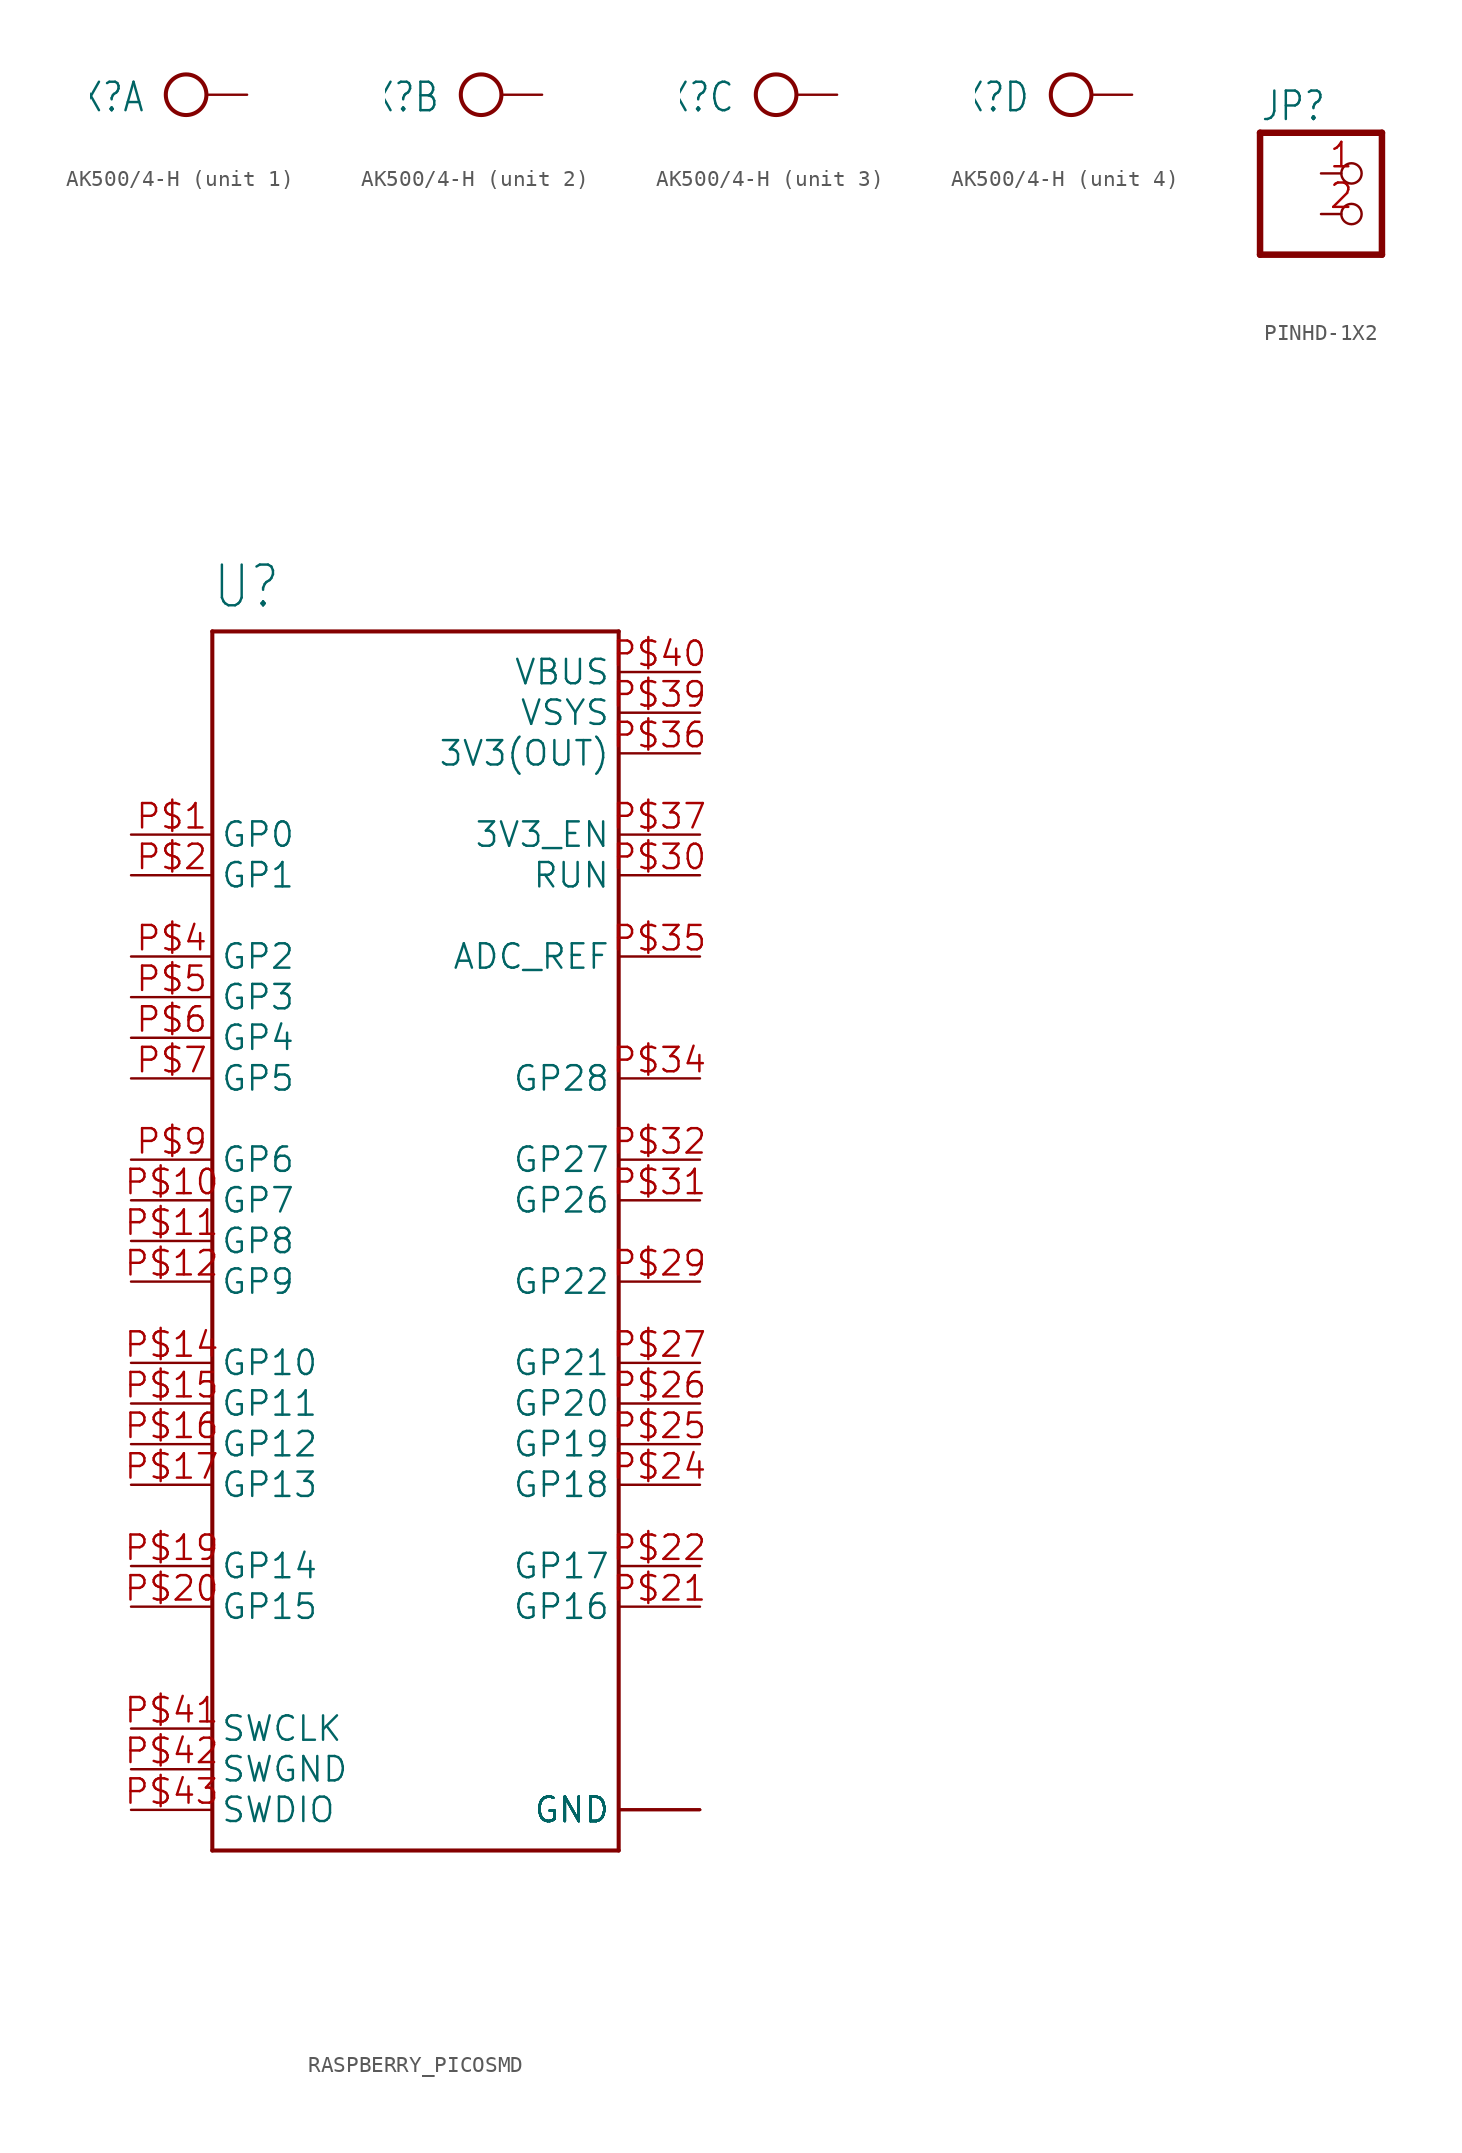
<source format=kicad_sym>
(kicad_symbol_lib
  (version 20241209)
  (generator "kicad_symbol_editor")
  (generator_version "9.0")
  (symbol "AK500/4-H"
    (property "Reference" "X"
      (at -1.27 0.889 0)
      (effects (font (size 1.778 1.511)) (justify right top)))
    (property "Value" ""
      (at -3.81 -3.683 0)
      (effects (font (size 1.778 1.511)) (justify left bottom)))
    (property "ki_locked" ""
      (at 0 0 0)
      (effects (font (size 1.27 1.27))))
    (symbol "AK500/4-H_1_0"
      (circle (center 1.27 0) (radius 1.27) (stroke (width 0.254) (type solid)) (fill (type none)))
      (pin passive line (at 5.08 0 180) (length 2.54) (name "KL" (effects (font (size 0 0)))) (number "1" (effects (font (size 0 0))))))
    (symbol "AK500/4-H_2_0"
      (circle (center 1.27 0) (radius 1.27) (stroke (width 0.254) (type solid)) (fill (type none)))
      (pin passive line (at 5.08 0 180) (length 2.54) (name "KL" (effects (font (size 0 0)))) (number "2" (effects (font (size 0 0))))))
    (symbol "AK500/4-H_3_0"
      (circle (center 1.27 0) (radius 1.27) (stroke (width 0.254) (type solid)) (fill (type none)))
      (pin passive line (at 5.08 0 180) (length 2.54) (name "KL" (effects (font (size 0 0)))) (number "3" (effects (font (size 0 0))))))
    (symbol "AK500/4-H_4_0"
      (circle (center 1.27 0) (radius 1.27) (stroke (width 0.254) (type solid)) (fill (type none)))
      (pin passive line (at 5.08 0 180) (length 2.54) (name "KL" (effects (font (size 0 0)))) (number "4" (effects (font (size 0 0)))))))
  (symbol "PINHD-1X2"
    (property "Reference" "JP"
      (at -6.35 5.715 0)
      (effects (font (size 1.778 1.511)) (justify left bottom)))
    (property "Value" ""
      (at -6.35 -5.08 0)
      (effects (font (size 1.778 1.511)) (justify left bottom)))
    (property "ki_locked" ""
      (at 0 0 0)
      (effects (font (size 1.27 1.27))))
    (symbol "PINHD-1X2_1_0"
      (polyline (pts (xy -6.35 5.08) (xy -6.35 -2.54)) (stroke (width 0.406) (type solid)) (fill (type none)))
      (polyline (pts (xy -6.35 -2.54) (xy 1.27 -2.54)) (stroke (width 0.406) (type solid)) (fill (type none)))
      (polyline (pts (xy 1.27 5.08) (xy -6.35 5.08)) (stroke (width 0.406) (type solid)) (fill (type none)))
      (polyline (pts (xy 1.27 -2.54) (xy 1.27 5.08)) (stroke (width 0.406) (type solid)) (fill (type none)))
      (pin passive inverted (at -2.54 2.54 0) (length 2.54) (name "1" (effects (font (size 0 0)))) (number "1" (effects (font (size 1.524 1.524)))))
      (pin passive inverted (at -2.54 0 0) (length 2.54) (name "2" (effects (font (size 0 0)))) (number "2" (effects (font (size 1.524 1.524)))))))
  (symbol "RASPBERRY_PICOSMD"
    (property "Reference" "U"
      (at -12.716 39.415 0)
      (effects (font (size 2.544 2.162)) (justify left bottom)))
    (property "Value" ""
      (at -12.707 -41.931 0)
      (effects (font (size 2.542 2.16)) (justify left bottom)))
    (property "ki_locked" ""
      (at 0 0 0)
      (effects (font (size 1.27 1.27))))
    (symbol "RASPBERRY_PICOSMD_1_0"
      (polyline (pts (xy -12.7 38.1) (xy 12.7 38.1)) (stroke (width 0.254) (type solid)) (fill (type none)))
      (polyline (pts (xy -12.7 -38.1) (xy -12.7 38.1)) (stroke (width 0.254) (type solid)) (fill (type none)))
      (polyline (pts (xy 12.7 38.1) (xy 12.7 -38.1)) (stroke (width 0.254) (type solid)) (fill (type none)))
      (polyline (pts (xy 12.7 -38.1) (xy -12.7 -38.1)) (stroke (width 0.254) (type solid)) (fill (type none)))
      (pin bidirectional line (at -17.78 25.4 0) (length 5.08) (name "GP0" (effects (font (size 1.524 1.524)))) (number "P$1" (effects (font (size 1.524 1.524)))))
      (pin bidirectional line (at -17.78 22.86 0) (length 5.08) (name "GP1" (effects (font (size 1.524 1.524)))) (number "P$2" (effects (font (size 1.524 1.524)))))
      (pin bidirectional line (at -17.78 17.78 0) (length 5.08) (name "GP2" (effects (font (size 1.524 1.524)))) (number "P$4" (effects (font (size 1.524 1.524)))))
      (pin bidirectional line (at -17.78 15.24 0) (length 5.08) (name "GP3" (effects (font (size 1.524 1.524)))) (number "P$5" (effects (font (size 1.524 1.524)))))
      (pin bidirectional line (at -17.78 12.7 0) (length 5.08) (name "GP4" (effects (font (size 1.524 1.524)))) (number "P$6" (effects (font (size 1.524 1.524)))))
      (pin bidirectional line (at -17.78 10.16 0) (length 5.08) (name "GP5" (effects (font (size 1.524 1.524)))) (number "P$7" (effects (font (size 1.524 1.524)))))
      (pin bidirectional line (at -17.78 5.08 0) (length 5.08) (name "GP6" (effects (font (size 1.524 1.524)))) (number "P$9" (effects (font (size 1.524 1.524)))))
      (pin bidirectional line (at -17.78 2.54 0) (length 5.08) (name "GP7" (effects (font (size 1.524 1.524)))) (number "P$10" (effects (font (size 1.524 1.524)))))
      (pin bidirectional line (at -17.78 0 0) (length 5.08) (name "GP8" (effects (font (size 1.524 1.524)))) (number "P$11" (effects (font (size 1.524 1.524)))))
      (pin bidirectional line (at -17.78 -2.54 0) (length 5.08) (name "GP9" (effects (font (size 1.524 1.524)))) (number "P$12" (effects (font (size 1.524 1.524)))))
      (pin bidirectional line (at -17.78 -7.62 0) (length 5.08) (name "GP10" (effects (font (size 1.524 1.524)))) (number "P$14" (effects (font (size 1.524 1.524)))))
      (pin bidirectional line (at -17.78 -10.16 0) (length 5.08) (name "GP11" (effects (font (size 1.524 1.524)))) (number "P$15" (effects (font (size 1.524 1.524)))))
      (pin bidirectional line (at -17.78 -12.7 0) (length 5.08) (name "GP12" (effects (font (size 1.524 1.524)))) (number "P$16" (effects (font (size 1.524 1.524)))))
      (pin bidirectional line (at -17.78 -15.24 0) (length 5.08) (name "GP13" (effects (font (size 1.524 1.524)))) (number "P$17" (effects (font (size 1.524 1.524)))))
      (pin bidirectional line (at -17.78 -20.32 0) (length 5.08) (name "GP14" (effects (font (size 1.524 1.524)))) (number "P$19" (effects (font (size 1.524 1.524)))))
      (pin bidirectional line (at -17.78 -22.86 0) (length 5.08) (name "GP15" (effects (font (size 1.524 1.524)))) (number "P$20" (effects (font (size 1.524 1.524)))))
      (pin input line (at -17.78 -30.48 0) (length 5.08) (name "SWCLK" (effects (font (size 1.524 1.524)))) (number "P$41" (effects (font (size 1.524 1.524)))))
      (pin power_in line (at -17.78 -33.02 0) (length 5.08) (name "SWGND" (effects (font (size 1.524 1.524)))) (number "P$42" (effects (font (size 1.524 1.524)))))
      (pin bidirectional line (at -17.78 -35.56 0) (length 5.08) (name "SWDIO" (effects (font (size 1.524 1.524)))) (number "P$43" (effects (font (size 1.524 1.524)))))
      (pin power_in line (at 17.78 35.56 180) (length 5.08) (name "VBUS" (effects (font (size 1.524 1.524)))) (number "P$40" (effects (font (size 1.524 1.524)))))
      (pin power_in line (at 17.78 33.02 180) (length 5.08) (name "VSYS" (effects (font (size 1.524 1.524)))) (number "P$39" (effects (font (size 1.524 1.524)))))
      (pin power_in line (at 17.78 30.48 180) (length 5.08) (name "3V3(OUT)" (effects (font (size 1.524 1.524)))) (number "P$36" (effects (font (size 1.524 1.524)))))
      (pin input line (at 17.78 25.4 180) (length 5.08) (name "3V3_EN" (effects (font (size 1.524 1.524)))) (number "P$37" (effects (font (size 1.524 1.524)))))
      (pin input line (at 17.78 22.86 180) (length 5.08) (name "RUN" (effects (font (size 1.524 1.524)))) (number "P$30" (effects (font (size 1.524 1.524)))))
      (pin input line (at 17.78 17.78 180) (length 5.08) (name "ADC_REF" (effects (font (size 1.524 1.524)))) (number "P$35" (effects (font (size 1.524 1.524)))))
      (pin bidirectional line (at 17.78 10.16 180) (length 5.08) (name "GP28" (effects (font (size 1.524 1.524)))) (number "P$34" (effects (font (size 1.524 1.524)))))
      (pin bidirectional line (at 17.78 5.08 180) (length 5.08) (name "GP27" (effects (font (size 1.524 1.524)))) (number "P$32" (effects (font (size 1.524 1.524)))))
      (pin bidirectional line (at 17.78 2.54 180) (length 5.08) (name "GP26" (effects (font (size 1.524 1.524)))) (number "P$31" (effects (font (size 1.524 1.524)))))
      (pin bidirectional line (at 17.78 -2.54 180) (length 5.08) (name "GP22" (effects (font (size 1.524 1.524)))) (number "P$29" (effects (font (size 1.524 1.524)))))
      (pin bidirectional line (at 17.78 -7.62 180) (length 5.08) (name "GP21" (effects (font (size 1.524 1.524)))) (number "P$27" (effects (font (size 1.524 1.524)))))
      (pin bidirectional line (at 17.78 -10.16 180) (length 5.08) (name "GP20" (effects (font (size 1.524 1.524)))) (number "P$26" (effects (font (size 1.524 1.524)))))
      (pin bidirectional line (at 17.78 -12.7 180) (length 5.08) (name "GP19" (effects (font (size 1.524 1.524)))) (number "P$25" (effects (font (size 1.524 1.524)))))
      (pin bidirectional line (at 17.78 -15.24 180) (length 5.08) (name "GP18" (effects (font (size 1.524 1.524)))) (number "P$24" (effects (font (size 1.524 1.524)))))
      (pin bidirectional line (at 17.78 -20.32 180) (length 5.08) (name "GP17" (effects (font (size 1.524 1.524)))) (number "P$22" (effects (font (size 1.524 1.524)))))
      (pin bidirectional line (at 17.78 -22.86 180) (length 5.08) (name "GP16" (effects (font (size 1.524 1.524)))) (number "P$21" (effects (font (size 1.524 1.524)))))
      (pin power_in line (at 17.78 -35.56 180) (length 5.08) (name "GND" (effects (font (size 1.524 1.524)))) (number "P$13" (effects (font (size 0 0)))))
      (pin power_in line (at 17.78 -35.56 180) (length 5.08) (name "GND" (effects (font (size 1.524 1.524)))) (number "P$18" (effects (font (size 0 0)))))
      (pin power_in line (at 17.78 -35.56 180) (length 5.08) (name "GND" (effects (font (size 1.524 1.524)))) (number "P$23" (effects (font (size 0 0)))))
      (pin power_in line (at 17.78 -35.56 180) (length 5.08) (name "GND" (effects (font (size 1.524 1.524)))) (number "P$28" (effects (font (size 0 0)))))
      (pin power_in line (at 17.78 -35.56 180) (length 5.08) (name "GND" (effects (font (size 1.524 1.524)))) (number "P$3" (effects (font (size 0 0)))))
      (pin power_in line (at 17.78 -35.56 180) (length 5.08) (name "GND" (effects (font (size 1.524 1.524)))) (number "P$33" (effects (font (size 0 0)))))
      (pin power_in line (at 17.78 -35.56 180) (length 5.08) (name "GND" (effects (font (size 1.524 1.524)))) (number "P$38" (effects (font (size 0 0)))))
      (pin power_in line (at 17.78 -35.56 180) (length 5.08) (name "GND" (effects (font (size 1.524 1.524)))) (number "P$8" (effects (font (size 0 0))))))))
</source>
